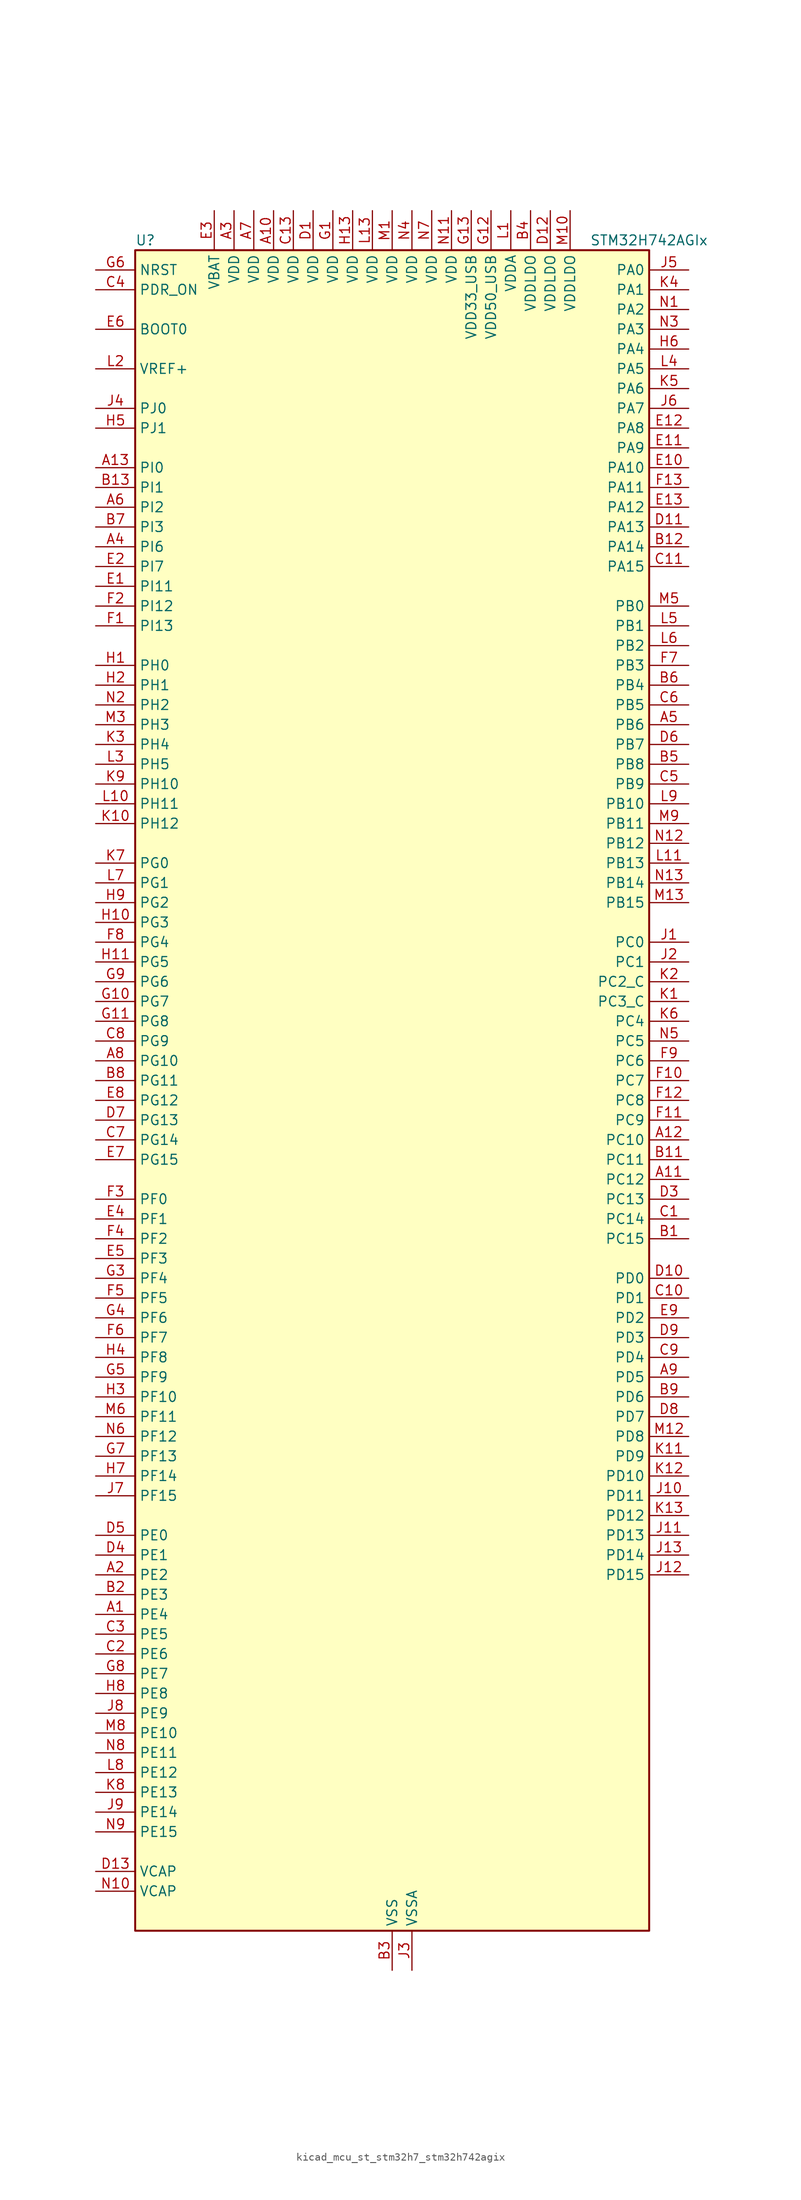
<source format=kicad_sym>
(kicad_symbol_lib
  (version 20220914)
  (generator kicad_symbol_editor)
  (symbol "kicad_mcu_st_stm32h7_stm32h742agix"
    (property "Reference" "U"
      (at -33.02 110.49 0)
      (effects (font (size 1.27 1.27)) (justify left)))
    (property "Value" "STM32H742AGIx"
      (at 25.4 110.49 0)
      (effects (font (size 1.27 1.27)) (justify left)))
    (property "ki_locked" ""
      (at 0 0 0)
      (effects (font (size 1.27 1.27))))
    (symbol "kicad_mcu_st_stm32h7_stm32h742agix_0_1"
      (rectangle (start -33.02 -106.68) (end 33.02 109.22) (stroke (width 0.254) (type default)) (fill (type background))))
    (symbol "kicad_mcu_st_stm32h7_stm32h742agix_1_1"
      (pin bidirectional line (at -38.1 -66.04 0) (length 5.08) (name "PE4" (effects (font (size 1.27 1.27)))) (number "A1" (effects (font (size 1.27 1.27)))) (alternate "DCMI_D4" bidirectional line) (alternate "DEBUG_TRACED1" bidirectional line) (alternate "DFSDM1_DATIN3" bidirectional line) (alternate "FMC_A20" bidirectional line) (alternate "SAI1_D2" bidirectional line) (alternate "SAI1_FS_A" bidirectional line) (alternate "SAI4_D2" bidirectional line) (alternate "SAI4_FS_A" bidirectional line) (alternate "SPI4_NSS" bidirectional line) (alternate "TIM15_CH1N" bidirectional line))
      (pin power_in line (at -15.24 114.3 270) (length 5.08) (name "VDD" (effects (font (size 1.27 1.27)))) (number "A10" (effects (font (size 1.27 1.27)))))
      (pin bidirectional line (at 38.1 -10.16 180) (length 5.08) (name "PC12" (effects (font (size 1.27 1.27)))) (number "A11" (effects (font (size 1.27 1.27)))) (alternate "DCMI_D9" bidirectional line) (alternate "DEBUG_TRACED3" bidirectional line) (alternate "HRTIM_EEV2" bidirectional line) (alternate "I2S3_SDO" bidirectional line) (alternate "SDMMC1_CK" bidirectional line) (alternate "SPI3_MOSI" bidirectional line) (alternate "UART5_TX" bidirectional line) (alternate "USART3_CK" bidirectional line))
      (pin bidirectional line (at 38.1 -5.08 180) (length 5.08) (name "PC10" (effects (font (size 1.27 1.27)))) (number "A12" (effects (font (size 1.27 1.27)))) (alternate "DCMI_D8" bidirectional line) (alternate "DFSDM1_CKIN5" bidirectional line) (alternate "HRTIM_EEV1" bidirectional line) (alternate "I2S3_CK" bidirectional line) (alternate "QUADSPI_BK1_IO1" bidirectional line) (alternate "SDMMC1_D2" bidirectional line) (alternate "SPI3_SCK" bidirectional line) (alternate "UART4_TX" bidirectional line) (alternate "USART3_TX" bidirectional line))
      (pin bidirectional line (at -38.1 81.28 0) (length 5.08) (name "PI0" (effects (font (size 1.27 1.27)))) (number "A13" (effects (font (size 1.27 1.27)))) (alternate "DCMI_D13" bidirectional line) (alternate "FMC_D24" bidirectional line) (alternate "I2S2_WS" bidirectional line) (alternate "SPI2_NSS" bidirectional line) (alternate "TIM5_CH4" bidirectional line))
      (pin bidirectional line (at -38.1 -60.96 0) (length 5.08) (name "PE2" (effects (font (size 1.27 1.27)))) (number "A2" (effects (font (size 1.27 1.27)))) (alternate "DEBUG_TRACECLK" bidirectional line) (alternate "ETH_TXD3" bidirectional line) (alternate "FMC_A23" bidirectional line) (alternate "QUADSPI_BK1_IO2" bidirectional line) (alternate "SAI1_CK1" bidirectional line) (alternate "SAI1_MCLK_A" bidirectional line) (alternate "SAI4_CK1" bidirectional line) (alternate "SAI4_MCLK_A" bidirectional line) (alternate "SPI4_SCK" bidirectional line))
      (pin power_in line (at -20.32 114.3 270) (length 5.08) (name "VDD" (effects (font (size 1.27 1.27)))) (number "A3" (effects (font (size 1.27 1.27)))))
      (pin bidirectional line (at -38.1 71.12 0) (length 5.08) (name "PI6" (effects (font (size 1.27 1.27)))) (number "A4" (effects (font (size 1.27 1.27)))) (alternate "DCMI_D6" bidirectional line) (alternate "FMC_D28" bidirectional line) (alternate "SAI2_SD_A" bidirectional line) (alternate "TIM8_CH2" bidirectional line))
      (pin bidirectional line (at 38.1 48.26 180) (length 5.08) (name "PB6" (effects (font (size 1.27 1.27)))) (number "A5" (effects (font (size 1.27 1.27)))) (alternate "CEC" bidirectional line) (alternate "DCMI_D5" bidirectional line) (alternate "DFSDM1_DATIN5" bidirectional line) (alternate "FDCAN2_TX" bidirectional line) (alternate "FMC_SDNE1" bidirectional line) (alternate "HRTIM_EEV8" bidirectional line) (alternate "I2C1_SCL" bidirectional line) (alternate "I2C4_SCL" bidirectional line) (alternate "LPUART1_TX" bidirectional line) (alternate "QUADSPI_BK1_NCS" bidirectional line) (alternate "TIM16_CH1N" bidirectional line) (alternate "TIM4_CH1" bidirectional line) (alternate "UART5_TX" bidirectional line) (alternate "USART1_TX" bidirectional line))
      (pin bidirectional line (at -38.1 76.2 0) (length 5.08) (name "PI2" (effects (font (size 1.27 1.27)))) (number "A6" (effects (font (size 1.27 1.27)))) (alternate "DCMI_D9" bidirectional line) (alternate "FMC_D26" bidirectional line) (alternate "I2S2_SDI" bidirectional line) (alternate "SPI2_MISO" bidirectional line) (alternate "TIM8_CH4" bidirectional line))
      (pin power_in line (at -17.78 114.3 270) (length 5.08) (name "VDD" (effects (font (size 1.27 1.27)))) (number "A7" (effects (font (size 1.27 1.27)))))
      (pin bidirectional line (at -38.1 5.08 0) (length 5.08) (name "PG10" (effects (font (size 1.27 1.27)))) (number "A8" (effects (font (size 1.27 1.27)))) (alternate "DCMI_D2" bidirectional line) (alternate "FMC_NE3" bidirectional line) (alternate "HRTIM_FLT5" bidirectional line) (alternate "I2S1_WS" bidirectional line) (alternate "SAI2_SD_B" bidirectional line) (alternate "SPI1_NSS" bidirectional line))
      (pin bidirectional line (at 38.1 -35.56 180) (length 5.08) (name "PD5" (effects (font (size 1.27 1.27)))) (number "A9" (effects (font (size 1.27 1.27)))) (alternate "FMC_NWE" bidirectional line) (alternate "HRTIM_EEV3" bidirectional line) (alternate "USART2_TX" bidirectional line))
      (pin bidirectional line (at 38.1 -17.78 180) (length 5.08) (name "PC15" (effects (font (size 1.27 1.27)))) (number "B1" (effects (font (size 1.27 1.27)))) (alternate "ADC1_EXTI15" bidirectional line) (alternate "ADC2_EXTI15" bidirectional line) (alternate "ADC3_EXTI15" bidirectional line) (alternate "RCC_OSC32_OUT" bidirectional line))
      (pin passive line (at 0 -111.76 90) (length 5.08) hide (name "VSS" (effects (font (size 1.27 1.27)))) (number "B10" (effects (font (size 1.27 1.27)))))
      (pin bidirectional line (at 38.1 -7.62 180) (length 5.08) (name "PC11" (effects (font (size 1.27 1.27)))) (number "B11" (effects (font (size 1.27 1.27)))) (alternate "ADC1_EXTI11" bidirectional line) (alternate "ADC2_EXTI11" bidirectional line) (alternate "ADC3_EXTI11" bidirectional line) (alternate "DCMI_D4" bidirectional line) (alternate "DFSDM1_DATIN5" bidirectional line) (alternate "HRTIM_FLT2" bidirectional line) (alternate "I2S3_SDI" bidirectional line) (alternate "QUADSPI_BK2_NCS" bidirectional line) (alternate "SDMMC1_D3" bidirectional line) (alternate "SPI3_MISO" bidirectional line) (alternate "UART4_RX" bidirectional line) (alternate "USART3_RX" bidirectional line))
      (pin bidirectional line (at 38.1 71.12 180) (length 5.08) (name "PA14" (effects (font (size 1.27 1.27)))) (number "B12" (effects (font (size 1.27 1.27)))) (alternate "DEBUG_JTCK-SWCLK" bidirectional line))
      (pin bidirectional line (at -38.1 78.74 0) (length 5.08) (name "PI1" (effects (font (size 1.27 1.27)))) (number "B13" (effects (font (size 1.27 1.27)))) (alternate "DCMI_D8" bidirectional line) (alternate "FMC_D25" bidirectional line) (alternate "I2S2_CK" bidirectional line) (alternate "SPI2_SCK" bidirectional line) (alternate "TIM8_BKIN2" bidirectional line) (alternate "TIM8_BKIN2_COMP1" bidirectional line) (alternate "TIM8_BKIN2_COMP2" bidirectional line))
      (pin bidirectional line (at -38.1 -63.5 0) (length 5.08) (name "PE3" (effects (font (size 1.27 1.27)))) (number "B2" (effects (font (size 1.27 1.27)))) (alternate "DEBUG_TRACED0" bidirectional line) (alternate "FMC_A19" bidirectional line) (alternate "SAI1_SD_B" bidirectional line) (alternate "SAI4_SD_B" bidirectional line) (alternate "TIM15_BKIN" bidirectional line))
      (pin power_in line (at 0 -111.76 90) (length 5.08) (name "VSS" (effects (font (size 1.27 1.27)))) (number "B3" (effects (font (size 1.27 1.27)))))
      (pin power_in line (at 17.78 114.3 270) (length 5.08) (name "VDDLDO" (effects (font (size 1.27 1.27)))) (number "B4" (effects (font (size 1.27 1.27)))))
      (pin bidirectional line (at 38.1 43.18 180) (length 5.08) (name "PB8" (effects (font (size 1.27 1.27)))) (number "B5" (effects (font (size 1.27 1.27)))) (alternate "DCMI_D6" bidirectional line) (alternate "DFSDM1_CKIN7" bidirectional line) (alternate "ETH_TXD3" bidirectional line) (alternate "FDCAN1_RX" bidirectional line) (alternate "I2C1_SCL" bidirectional line) (alternate "I2C4_SCL" bidirectional line) (alternate "SDMMC1_CKIN" bidirectional line) (alternate "SDMMC1_D4" bidirectional line) (alternate "SDMMC2_D4" bidirectional line) (alternate "TIM16_CH1" bidirectional line) (alternate "TIM4_CH3" bidirectional line) (alternate "UART4_RX" bidirectional line))
      (pin bidirectional line (at 38.1 53.34 180) (length 5.08) (name "PB4" (effects (font (size 1.27 1.27)))) (number "B6" (effects (font (size 1.27 1.27)))) (alternate "DEBUG_JTRST" bidirectional line) (alternate "HRTIM_EEV6" bidirectional line) (alternate "I2S1_SDI" bidirectional line) (alternate "I2S2_WS" bidirectional line) (alternate "I2S3_SDI" bidirectional line) (alternate "SDMMC2_D3" bidirectional line) (alternate "SPI1_MISO" bidirectional line) (alternate "SPI2_NSS" bidirectional line) (alternate "SPI3_MISO" bidirectional line) (alternate "SPI6_MISO" bidirectional line) (alternate "TIM16_BKIN" bidirectional line) (alternate "TIM3_CH1" bidirectional line) (alternate "UART7_TX" bidirectional line))
      (pin bidirectional line (at -38.1 73.66 0) (length 5.08) (name "PI3" (effects (font (size 1.27 1.27)))) (number "B7" (effects (font (size 1.27 1.27)))) (alternate "DCMI_D10" bidirectional line) (alternate "FMC_D27" bidirectional line) (alternate "I2S2_SDO" bidirectional line) (alternate "SPI2_MOSI" bidirectional line) (alternate "TIM8_ETR" bidirectional line))
      (pin bidirectional line (at -38.1 2.54 0) (length 5.08) (name "PG11" (effects (font (size 1.27 1.27)))) (number "B8" (effects (font (size 1.27 1.27)))) (alternate "ADC1_EXTI11" bidirectional line) (alternate "ADC2_EXTI11" bidirectional line) (alternate "ADC3_EXTI11" bidirectional line) (alternate "DCMI_D3" bidirectional line) (alternate "ETH_TX_EN" bidirectional line) (alternate "HRTIM_EEV4" bidirectional line) (alternate "I2S1_CK" bidirectional line) (alternate "LPTIM1_IN2" bidirectional line) (alternate "SDMMC2_D2" bidirectional line) (alternate "SPDIFRX1_IN0" bidirectional line) (alternate "SPI1_SCK" bidirectional line))
      (pin bidirectional line (at 38.1 -38.1 180) (length 5.08) (name "PD6" (effects (font (size 1.27 1.27)))) (number "B9" (effects (font (size 1.27 1.27)))) (alternate "DCMI_D10" bidirectional line) (alternate "DFSDM1_CKIN4" bidirectional line) (alternate "DFSDM1_DATIN1" bidirectional line) (alternate "FMC_NWAIT" bidirectional line) (alternate "I2S3_SDO" bidirectional line) (alternate "SAI1_D1" bidirectional line) (alternate "SAI1_SD_A" bidirectional line) (alternate "SAI4_D1" bidirectional line) (alternate "SAI4_SD_A" bidirectional line) (alternate "SDMMC2_CK" bidirectional line) (alternate "SPI3_MOSI" bidirectional line) (alternate "USART2_RX" bidirectional line))
      (pin bidirectional line (at 38.1 -15.24 180) (length 5.08) (name "PC14" (effects (font (size 1.27 1.27)))) (number "C1" (effects (font (size 1.27 1.27)))) (alternate "RCC_OSC32_IN" bidirectional line))
      (pin bidirectional line (at 38.1 -25.4 180) (length 5.08) (name "PD1" (effects (font (size 1.27 1.27)))) (number "C10" (effects (font (size 1.27 1.27)))) (alternate "DFSDM1_DATIN6" bidirectional line) (alternate "FDCAN1_TX" bidirectional line) (alternate "FMC_D3" bidirectional line) (alternate "FMC_DA3" bidirectional line) (alternate "SAI3_SD_A" bidirectional line) (alternate "UART4_TX" bidirectional line))
      (pin bidirectional line (at 38.1 68.58 180) (length 5.08) (name "PA15" (effects (font (size 1.27 1.27)))) (number "C11" (effects (font (size 1.27 1.27)))) (alternate "ADC1_EXTI15" bidirectional line) (alternate "ADC2_EXTI15" bidirectional line) (alternate "ADC3_EXTI15" bidirectional line) (alternate "CEC" bidirectional line) (alternate "DEBUG_JTDI" bidirectional line) (alternate "HRTIM_FLT1" bidirectional line) (alternate "I2S1_WS" bidirectional line) (alternate "I2S3_WS" bidirectional line) (alternate "SPI1_NSS" bidirectional line) (alternate "SPI3_NSS" bidirectional line) (alternate "SPI6_NSS" bidirectional line) (alternate "TIM2_CH1" bidirectional line) (alternate "TIM2_ETR" bidirectional line) (alternate "UART4_DE" bidirectional line) (alternate "UART4_RTS" bidirectional line) (alternate "UART7_TX" bidirectional line))
      (pin passive line (at 0 -111.76 90) (length 5.08) hide (name "VSS" (effects (font (size 1.27 1.27)))) (number "C12" (effects (font (size 1.27 1.27)))))
      (pin power_in line (at -12.7 114.3 270) (length 5.08) (name "VDD" (effects (font (size 1.27 1.27)))) (number "C13" (effects (font (size 1.27 1.27)))))
      (pin bidirectional line (at -38.1 -71.12 0) (length 5.08) (name "PE6" (effects (font (size 1.27 1.27)))) (number "C2" (effects (font (size 1.27 1.27)))) (alternate "DCMI_D7" bidirectional line) (alternate "DEBUG_TRACED3" bidirectional line) (alternate "FMC_A22" bidirectional line) (alternate "SAI1_D1" bidirectional line) (alternate "SAI1_SD_A" bidirectional line) (alternate "SAI2_MCLK_B" bidirectional line) (alternate "SAI4_D1" bidirectional line) (alternate "SAI4_SD_A" bidirectional line) (alternate "SPI4_MOSI" bidirectional line) (alternate "TIM15_CH2" bidirectional line) (alternate "TIM1_BKIN2" bidirectional line) (alternate "TIM1_BKIN2_COMP1" bidirectional line) (alternate "TIM1_BKIN2_COMP2" bidirectional line))
      (pin bidirectional line (at -38.1 -68.58 0) (length 5.08) (name "PE5" (effects (font (size 1.27 1.27)))) (number "C3" (effects (font (size 1.27 1.27)))) (alternate "DCMI_D6" bidirectional line) (alternate "DEBUG_TRACED2" bidirectional line) (alternate "DFSDM1_CKIN3" bidirectional line) (alternate "FMC_A21" bidirectional line) (alternate "SAI1_CK2" bidirectional line) (alternate "SAI1_SCK_A" bidirectional line) (alternate "SAI4_CK2" bidirectional line) (alternate "SAI4_SCK_A" bidirectional line) (alternate "SPI4_MISO" bidirectional line) (alternate "TIM15_CH1" bidirectional line))
      (pin input line (at -38.1 104.14 0) (length 5.08) (name "PDR_ON" (effects (font (size 1.27 1.27)))) (number "C4" (effects (font (size 1.27 1.27)))))
      (pin bidirectional line (at 38.1 40.64 180) (length 5.08) (name "PB9" (effects (font (size 1.27 1.27)))) (number "C5" (effects (font (size 1.27 1.27)))) (alternate "DAC1_EXTI9" bidirectional line) (alternate "DCMI_D7" bidirectional line) (alternate "DFSDM1_DATIN7" bidirectional line) (alternate "FDCAN1_TX" bidirectional line) (alternate "I2C1_SDA" bidirectional line) (alternate "I2C4_SDA" bidirectional line) (alternate "I2C4_SMBA" bidirectional line) (alternate "I2S2_WS" bidirectional line) (alternate "SDMMC1_CDIR" bidirectional line) (alternate "SDMMC1_D5" bidirectional line) (alternate "SDMMC2_D5" bidirectional line) (alternate "SPI2_NSS" bidirectional line) (alternate "TIM17_CH1" bidirectional line) (alternate "TIM4_CH4" bidirectional line) (alternate "UART4_TX" bidirectional line))
      (pin bidirectional line (at 38.1 50.8 180) (length 5.08) (name "PB5" (effects (font (size 1.27 1.27)))) (number "C6" (effects (font (size 1.27 1.27)))) (alternate "DCMI_D10" bidirectional line) (alternate "ETH_PPS_OUT" bidirectional line) (alternate "FDCAN2_RX" bidirectional line) (alternate "FMC_SDCKE1" bidirectional line) (alternate "HRTIM_EEV7" bidirectional line) (alternate "I2C1_SMBA" bidirectional line) (alternate "I2C4_SMBA" bidirectional line) (alternate "I2S1_SDO" bidirectional line) (alternate "I2S3_SDO" bidirectional line) (alternate "SPI1_MOSI" bidirectional line) (alternate "SPI3_MOSI" bidirectional line) (alternate "SPI6_MOSI" bidirectional line) (alternate "TIM17_BKIN" bidirectional line) (alternate "TIM3_CH2" bidirectional line) (alternate "UART5_RX" bidirectional line) (alternate "USB_OTG_HS_ULPI_D7" bidirectional line))
      (pin bidirectional line (at -38.1 -5.08 0) (length 5.08) (name "PG14" (effects (font (size 1.27 1.27)))) (number "C7" (effects (font (size 1.27 1.27)))) (alternate "DEBUG_TRACED1" bidirectional line) (alternate "ETH_TXD1" bidirectional line) (alternate "FMC_A25" bidirectional line) (alternate "LPTIM1_ETR" bidirectional line) (alternate "QUADSPI_BK2_IO3" bidirectional line) (alternate "SPI6_MOSI" bidirectional line) (alternate "USART6_TX" bidirectional line))
      (pin bidirectional line (at -38.1 7.62 0) (length 5.08) (name "PG9" (effects (font (size 1.27 1.27)))) (number "C8" (effects (font (size 1.27 1.27)))) (alternate "DAC1_EXTI9" bidirectional line) (alternate "DCMI_VSYNC" bidirectional line) (alternate "FMC_NCE" bidirectional line) (alternate "FMC_NE2" bidirectional line) (alternate "I2S1_SDI" bidirectional line) (alternate "QUADSPI_BK2_IO2" bidirectional line) (alternate "SAI2_FS_B" bidirectional line) (alternate "SPDIFRX1_IN3" bidirectional line) (alternate "SPI1_MISO" bidirectional line) (alternate "USART6_RX" bidirectional line))
      (pin bidirectional line (at 38.1 -33.02 180) (length 5.08) (name "PD4" (effects (font (size 1.27 1.27)))) (number "C9" (effects (font (size 1.27 1.27)))) (alternate "FMC_NOE" bidirectional line) (alternate "HRTIM_FLT3" bidirectional line) (alternate "SAI3_FS_A" bidirectional line) (alternate "USART2_DE" bidirectional line) (alternate "USART2_RTS" bidirectional line))
      (pin power_in line (at -10.16 114.3 270) (length 5.08) (name "VDD" (effects (font (size 1.27 1.27)))) (number "D1" (effects (font (size 1.27 1.27)))))
      (pin bidirectional line (at 38.1 -22.86 180) (length 5.08) (name "PD0" (effects (font (size 1.27 1.27)))) (number "D10" (effects (font (size 1.27 1.27)))) (alternate "DFSDM1_CKIN6" bidirectional line) (alternate "FDCAN1_RX" bidirectional line) (alternate "FMC_D2" bidirectional line) (alternate "FMC_DA2" bidirectional line) (alternate "SAI3_SCK_A" bidirectional line) (alternate "UART4_RX" bidirectional line))
      (pin bidirectional line (at 38.1 73.66 180) (length 5.08) (name "PA13" (effects (font (size 1.27 1.27)))) (number "D11" (effects (font (size 1.27 1.27)))) (alternate "DEBUG_JTMS-SWDIO" bidirectional line))
      (pin power_in line (at 20.32 114.3 270) (length 5.08) (name "VDDLDO" (effects (font (size 1.27 1.27)))) (number "D12" (effects (font (size 1.27 1.27)))))
      (pin power_out line (at -38.1 -99.06 0) (length 5.08) (name "VCAP" (effects (font (size 1.27 1.27)))) (number "D13" (effects (font (size 1.27 1.27)))))
      (pin passive line (at 0 -111.76 90) (length 5.08) hide (name "VSS" (effects (font (size 1.27 1.27)))) (number "D2" (effects (font (size 1.27 1.27)))))
      (pin bidirectional line (at 38.1 -12.7 180) (length 5.08) (name "PC13" (effects (font (size 1.27 1.27)))) (number "D3" (effects (font (size 1.27 1.27)))) (alternate "PWR_WKUP2" bidirectional line) (alternate "RTC_OUT_ALARM" bidirectional line) (alternate "RTC_OUT_CALIB" bidirectional line) (alternate "RTC_TAMP1" bidirectional line) (alternate "RTC_TS" bidirectional line))
      (pin bidirectional line (at -38.1 -58.42 0) (length 5.08) (name "PE1" (effects (font (size 1.27 1.27)))) (number "D4" (effects (font (size 1.27 1.27)))) (alternate "DCMI_D3" bidirectional line) (alternate "FMC_NBL1" bidirectional line) (alternate "HRTIM_SCOUT" bidirectional line) (alternate "LPTIM1_IN2" bidirectional line) (alternate "UART8_TX" bidirectional line))
      (pin bidirectional line (at -38.1 -55.88 0) (length 5.08) (name "PE0" (effects (font (size 1.27 1.27)))) (number "D5" (effects (font (size 1.27 1.27)))) (alternate "DCMI_D2" bidirectional line) (alternate "FMC_NBL0" bidirectional line) (alternate "HRTIM_SCIN" bidirectional line) (alternate "LPTIM1_ETR" bidirectional line) (alternate "LPTIM2_ETR" bidirectional line) (alternate "SAI2_MCLK_A" bidirectional line) (alternate "TIM4_ETR" bidirectional line) (alternate "UART8_RX" bidirectional line))
      (pin bidirectional line (at 38.1 45.72 180) (length 5.08) (name "PB7" (effects (font (size 1.27 1.27)))) (number "D6" (effects (font (size 1.27 1.27)))) (alternate "DCMI_VSYNC" bidirectional line) (alternate "DFSDM1_CKIN5" bidirectional line) (alternate "FMC_NL" bidirectional line) (alternate "HRTIM_EEV9" bidirectional line) (alternate "I2C1_SDA" bidirectional line) (alternate "I2C4_SDA" bidirectional line) (alternate "LPUART1_RX" bidirectional line) (alternate "PWR_PVD_IN" bidirectional line) (alternate "TIM17_CH1N" bidirectional line) (alternate "TIM4_CH2" bidirectional line) (alternate "USART1_RX" bidirectional line))
      (pin bidirectional line (at -38.1 -2.54 0) (length 5.08) (name "PG13" (effects (font (size 1.27 1.27)))) (number "D7" (effects (font (size 1.27 1.27)))) (alternate "DEBUG_TRACED0" bidirectional line) (alternate "ETH_TXD0" bidirectional line) (alternate "FMC_A24" bidirectional line) (alternate "HRTIM_EEV10" bidirectional line) (alternate "LPTIM1_OUT" bidirectional line) (alternate "SPI6_SCK" bidirectional line) (alternate "USART6_CTS" bidirectional line) (alternate "USART6_NSS" bidirectional line))
      (pin bidirectional line (at 38.1 -40.64 180) (length 5.08) (name "PD7" (effects (font (size 1.27 1.27)))) (number "D8" (effects (font (size 1.27 1.27)))) (alternate "DFSDM1_CKIN1" bidirectional line) (alternate "DFSDM1_DATIN4" bidirectional line) (alternate "FMC_NE1" bidirectional line) (alternate "I2S1_SDO" bidirectional line) (alternate "SDMMC2_CMD" bidirectional line) (alternate "SPDIFRX1_IN0" bidirectional line) (alternate "SPI1_MOSI" bidirectional line) (alternate "USART2_CK" bidirectional line))
      (pin bidirectional line (at 38.1 -30.48 180) (length 5.08) (name "PD3" (effects (font (size 1.27 1.27)))) (number "D9" (effects (font (size 1.27 1.27)))) (alternate "DCMI_D5" bidirectional line) (alternate "DFSDM1_CKOUT" bidirectional line) (alternate "FMC_CLK" bidirectional line) (alternate "I2S2_CK" bidirectional line) (alternate "SPI2_SCK" bidirectional line) (alternate "USART2_CTS" bidirectional line) (alternate "USART2_NSS" bidirectional line))
      (pin bidirectional line (at -38.1 66.04 0) (length 5.08) (name "PI11" (effects (font (size 1.27 1.27)))) (number "E1" (effects (font (size 1.27 1.27)))) (alternate "ADC1_EXTI11" bidirectional line) (alternate "ADC2_EXTI11" bidirectional line) (alternate "ADC3_EXTI11" bidirectional line) (alternate "PWR_WKUP4" bidirectional line) (alternate "USB_OTG_HS_ULPI_DIR" bidirectional line))
      (pin bidirectional line (at 38.1 81.28 180) (length 5.08) (name "PA10" (effects (font (size 1.27 1.27)))) (number "E10" (effects (font (size 1.27 1.27)))) (alternate "DCMI_D1" bidirectional line) (alternate "HRTIM_CHC2" bidirectional line) (alternate "LPUART1_RX" bidirectional line) (alternate "MDIOS_MDIO" bidirectional line) (alternate "TIM1_CH3" bidirectional line) (alternate "USART1_RX" bidirectional line) (alternate "USB_OTG_FS_ID" bidirectional line))
      (pin bidirectional line (at 38.1 83.82 180) (length 5.08) (name "PA9" (effects (font (size 1.27 1.27)))) (number "E11" (effects (font (size 1.27 1.27)))) (alternate "DAC1_EXTI9" bidirectional line) (alternate "DCMI_D0" bidirectional line) (alternate "HRTIM_CHC1" bidirectional line) (alternate "I2C3_SMBA" bidirectional line) (alternate "I2S2_CK" bidirectional line) (alternate "LPUART1_TX" bidirectional line) (alternate "SPI2_SCK" bidirectional line) (alternate "TIM1_CH2" bidirectional line) (alternate "USART1_TX" bidirectional line) (alternate "USB_OTG_FS_VBUS" bidirectional line))
      (pin bidirectional line (at 38.1 86.36 180) (length 5.08) (name "PA8" (effects (font (size 1.27 1.27)))) (number "E12" (effects (font (size 1.27 1.27)))) (alternate "HRTIM_CHB2" bidirectional line) (alternate "I2C3_SCL" bidirectional line) (alternate "RCC_MCO_1" bidirectional line) (alternate "TIM1_CH1" bidirectional line) (alternate "TIM8_BKIN2" bidirectional line) (alternate "TIM8_BKIN2_COMP1" bidirectional line) (alternate "TIM8_BKIN2_COMP2" bidirectional line) (alternate "UART7_RX" bidirectional line) (alternate "USART1_CK" bidirectional line) (alternate "USB_OTG_FS_SOF" bidirectional line))
      (pin bidirectional line (at 38.1 76.2 180) (length 5.08) (name "PA12" (effects (font (size 1.27 1.27)))) (number "E13" (effects (font (size 1.27 1.27)))) (alternate "FDCAN1_TX" bidirectional line) (alternate "HRTIM_CHD2" bidirectional line) (alternate "I2S2_CK" bidirectional line) (alternate "LPUART1_DE" bidirectional line) (alternate "LPUART1_RTS" bidirectional line) (alternate "SAI2_FS_B" bidirectional line) (alternate "SPI2_SCK" bidirectional line) (alternate "TIM1_ETR" bidirectional line) (alternate "UART4_TX" bidirectional line) (alternate "USART1_DE" bidirectional line) (alternate "USART1_RTS" bidirectional line) (alternate "USB_OTG_FS_DP" bidirectional line))
      (pin bidirectional line (at -38.1 68.58 0) (length 5.08) (name "PI7" (effects (font (size 1.27 1.27)))) (number "E2" (effects (font (size 1.27 1.27)))) (alternate "DCMI_D7" bidirectional line) (alternate "FMC_D29" bidirectional line) (alternate "SAI2_FS_A" bidirectional line) (alternate "TIM8_CH3" bidirectional line))
      (pin power_in line (at -22.86 114.3 270) (length 5.08) (name "VBAT" (effects (font (size 1.27 1.27)))) (number "E3" (effects (font (size 1.27 1.27)))))
      (pin bidirectional line (at -38.1 -15.24 0) (length 5.08) (name "PF1" (effects (font (size 1.27 1.27)))) (number "E4" (effects (font (size 1.27 1.27)))) (alternate "FMC_A1" bidirectional line) (alternate "I2C2_SCL" bidirectional line))
      (pin bidirectional line (at -38.1 -20.32 0) (length 5.08) (name "PF3" (effects (font (size 1.27 1.27)))) (number "E5" (effects (font (size 1.27 1.27)))) (alternate "ADC3_INP5" bidirectional line) (alternate "FMC_A3" bidirectional line))
      (pin input line (at -38.1 99.06 0) (length 5.08) (name "BOOT0" (effects (font (size 1.27 1.27)))) (number "E6" (effects (font (size 1.27 1.27)))))
      (pin bidirectional line (at -38.1 -7.62 0) (length 5.08) (name "PG15" (effects (font (size 1.27 1.27)))) (number "E7" (effects (font (size 1.27 1.27)))) (alternate "ADC1_EXTI15" bidirectional line) (alternate "ADC2_EXTI15" bidirectional line) (alternate "ADC3_EXTI15" bidirectional line) (alternate "DCMI_D13" bidirectional line) (alternate "FMC_SDNCAS" bidirectional line) (alternate "USART6_CTS" bidirectional line) (alternate "USART6_NSS" bidirectional line))
      (pin bidirectional line (at -38.1 0 0) (length 5.08) (name "PG12" (effects (font (size 1.27 1.27)))) (number "E8" (effects (font (size 1.27 1.27)))) (alternate "ETH_TXD1" bidirectional line) (alternate "FMC_NE4" bidirectional line) (alternate "HRTIM_EEV5" bidirectional line) (alternate "LPTIM1_IN1" bidirectional line) (alternate "SPDIFRX1_IN1" bidirectional line) (alternate "SPI6_MISO" bidirectional line) (alternate "USART6_DE" bidirectional line) (alternate "USART6_RTS" bidirectional line))
      (pin bidirectional line (at 38.1 -27.94 180) (length 5.08) (name "PD2" (effects (font (size 1.27 1.27)))) (number "E9" (effects (font (size 1.27 1.27)))) (alternate "DCMI_D11" bidirectional line) (alternate "DEBUG_TRACED2" bidirectional line) (alternate "SDMMC1_CMD" bidirectional line) (alternate "TIM3_ETR" bidirectional line) (alternate "UART5_RX" bidirectional line))
      (pin bidirectional line (at -38.1 60.96 0) (length 5.08) (name "PI13" (effects (font (size 1.27 1.27)))) (number "F1" (effects (font (size 1.27 1.27)))))
      (pin bidirectional line (at 38.1 2.54 180) (length 5.08) (name "PC7" (effects (font (size 1.27 1.27)))) (number "F10" (effects (font (size 1.27 1.27)))) (alternate "DCMI_D1" bidirectional line) (alternate "DEBUG_TRGIO" bidirectional line) (alternate "DFSDM1_DATIN3" bidirectional line) (alternate "FMC_NE1" bidirectional line) (alternate "HRTIM_CHA2" bidirectional line) (alternate "I2S3_MCK" bidirectional line) (alternate "SDMMC1_D123DIR" bidirectional line) (alternate "SDMMC1_D7" bidirectional line) (alternate "SDMMC2_D7" bidirectional line) (alternate "SWPMI1_TX" bidirectional line) (alternate "TIM3_CH2" bidirectional line) (alternate "TIM8_CH2" bidirectional line) (alternate "USART6_RX" bidirectional line))
      (pin bidirectional line (at 38.1 -2.54 180) (length 5.08) (name "PC9" (effects (font (size 1.27 1.27)))) (number "F11" (effects (font (size 1.27 1.27)))) (alternate "DAC1_EXTI9" bidirectional line) (alternate "DCMI_D3" bidirectional line) (alternate "I2C3_SDA" bidirectional line) (alternate "I2S_CKIN" bidirectional line) (alternate "QUADSPI_BK1_IO0" bidirectional line) (alternate "RCC_MCO_2" bidirectional line) (alternate "SDMMC1_D1" bidirectional line) (alternate "SWPMI1_SUSPEND" bidirectional line) (alternate "TIM3_CH4" bidirectional line) (alternate "TIM8_CH4" bidirectional line) (alternate "UART5_CTS" bidirectional line))
      (pin bidirectional line (at 38.1 0 180) (length 5.08) (name "PC8" (effects (font (size 1.27 1.27)))) (number "F12" (effects (font (size 1.27 1.27)))) (alternate "DCMI_D2" bidirectional line) (alternate "DEBUG_TRACED1" bidirectional line) (alternate "FMC_NCE" bidirectional line) (alternate "FMC_NE2" bidirectional line) (alternate "HRTIM_CHB1" bidirectional line) (alternate "SDMMC1_D0" bidirectional line) (alternate "SWPMI1_RX" bidirectional line) (alternate "TIM3_CH3" bidirectional line) (alternate "TIM8_CH3" bidirectional line) (alternate "UART5_DE" bidirectional line) (alternate "UART5_RTS" bidirectional line) (alternate "USART6_CK" bidirectional line))
      (pin bidirectional line (at 38.1 78.74 180) (length 5.08) (name "PA11" (effects (font (size 1.27 1.27)))) (number "F13" (effects (font (size 1.27 1.27)))) (alternate "ADC1_EXTI11" bidirectional line) (alternate "ADC2_EXTI11" bidirectional line) (alternate "ADC3_EXTI11" bidirectional line) (alternate "FDCAN1_RX" bidirectional line) (alternate "HRTIM_CHD1" bidirectional line) (alternate "I2S2_WS" bidirectional line) (alternate "LPUART1_CTS" bidirectional line) (alternate "SPI2_NSS" bidirectional line) (alternate "TIM1_CH4" bidirectional line) (alternate "UART4_RX" bidirectional line) (alternate "USART1_CTS" bidirectional line) (alternate "USART1_NSS" bidirectional line) (alternate "USB_OTG_FS_DM" bidirectional line))
      (pin bidirectional line (at -38.1 63.5 0) (length 5.08) (name "PI12" (effects (font (size 1.27 1.27)))) (number "F2" (effects (font (size 1.27 1.27)))))
      (pin bidirectional line (at -38.1 -12.7 0) (length 5.08) (name "PF0" (effects (font (size 1.27 1.27)))) (number "F3" (effects (font (size 1.27 1.27)))) (alternate "FMC_A0" bidirectional line) (alternate "I2C2_SDA" bidirectional line))
      (pin bidirectional line (at -38.1 -17.78 0) (length 5.08) (name "PF2" (effects (font (size 1.27 1.27)))) (number "F4" (effects (font (size 1.27 1.27)))) (alternate "FMC_A2" bidirectional line) (alternate "I2C2_SMBA" bidirectional line))
      (pin bidirectional line (at -38.1 -25.4 0) (length 5.08) (name "PF5" (effects (font (size 1.27 1.27)))) (number "F5" (effects (font (size 1.27 1.27)))) (alternate "ADC3_INP4" bidirectional line) (alternate "FMC_A5" bidirectional line))
      (pin bidirectional line (at -38.1 -30.48 0) (length 5.08) (name "PF7" (effects (font (size 1.27 1.27)))) (number "F6" (effects (font (size 1.27 1.27)))) (alternate "ADC3_INP3" bidirectional line) (alternate "QUADSPI_BK1_IO2" bidirectional line) (alternate "SAI1_MCLK_B" bidirectional line) (alternate "SAI4_MCLK_B" bidirectional line) (alternate "SPI5_SCK" bidirectional line) (alternate "TIM17_CH1" bidirectional line) (alternate "UART7_TX" bidirectional line))
      (pin bidirectional line (at 38.1 55.88 180) (length 5.08) (name "PB3" (effects (font (size 1.27 1.27)))) (number "F7" (effects (font (size 1.27 1.27)))) (alternate "CRS_SYNC" bidirectional line) (alternate "DEBUG_JTDO-SWO" bidirectional line) (alternate "HRTIM_FLT4" bidirectional line) (alternate "I2S1_CK" bidirectional line) (alternate "I2S3_CK" bidirectional line) (alternate "SDMMC2_D2" bidirectional line) (alternate "SPI1_SCK" bidirectional line) (alternate "SPI3_SCK" bidirectional line) (alternate "SPI6_SCK" bidirectional line) (alternate "TIM2_CH2" bidirectional line) (alternate "UART7_RX" bidirectional line))
      (pin bidirectional line (at -38.1 20.32 0) (length 5.08) (name "PG4" (effects (font (size 1.27 1.27)))) (number "F8" (effects (font (size 1.27 1.27)))) (alternate "FMC_A14" bidirectional line) (alternate "FMC_BA0" bidirectional line) (alternate "TIM1_BKIN2" bidirectional line) (alternate "TIM1_BKIN2_COMP1" bidirectional line) (alternate "TIM1_BKIN2_COMP2" bidirectional line))
      (pin bidirectional line (at 38.1 5.08 180) (length 5.08) (name "PC6" (effects (font (size 1.27 1.27)))) (number "F9" (effects (font (size 1.27 1.27)))) (alternate "DCMI_D0" bidirectional line) (alternate "DFSDM1_CKIN3" bidirectional line) (alternate "FMC_NWAIT" bidirectional line) (alternate "HRTIM_CHA1" bidirectional line) (alternate "I2S2_MCK" bidirectional line) (alternate "SDMMC1_D0DIR" bidirectional line) (alternate "SDMMC1_D6" bidirectional line) (alternate "SDMMC2_D6" bidirectional line) (alternate "SWPMI1_IO" bidirectional line) (alternate "TIM3_CH1" bidirectional line) (alternate "TIM8_CH1" bidirectional line) (alternate "USART6_TX" bidirectional line))
      (pin power_in line (at -7.62 114.3 270) (length 5.08) (name "VDD" (effects (font (size 1.27 1.27)))) (number "G1" (effects (font (size 1.27 1.27)))))
      (pin bidirectional line (at -38.1 12.7 0) (length 5.08) (name "PG7" (effects (font (size 1.27 1.27)))) (number "G10" (effects (font (size 1.27 1.27)))) (alternate "DCMI_D13" bidirectional line) (alternate "FMC_INT" bidirectional line) (alternate "HRTIM_CHE2" bidirectional line) (alternate "SAI1_MCLK_A" bidirectional line) (alternate "USART6_CK" bidirectional line))
      (pin bidirectional line (at -38.1 10.16 0) (length 5.08) (name "PG8" (effects (font (size 1.27 1.27)))) (number "G11" (effects (font (size 1.27 1.27)))) (alternate "ETH_PPS_OUT" bidirectional line) (alternate "FMC_SDCLK" bidirectional line) (alternate "SPDIFRX1_IN2" bidirectional line) (alternate "SPI6_NSS" bidirectional line) (alternate "TIM8_ETR" bidirectional line) (alternate "USART6_DE" bidirectional line) (alternate "USART6_RTS" bidirectional line))
      (pin power_in line (at 12.7 114.3 270) (length 5.08) (name "VDD50_USB" (effects (font (size 1.27 1.27)))) (number "G12" (effects (font (size 1.27 1.27)))))
      (pin power_in line (at 10.16 114.3 270) (length 5.08) (name "VDD33_USB" (effects (font (size 1.27 1.27)))) (number "G13" (effects (font (size 1.27 1.27)))))
      (pin passive line (at 0 -111.76 90) (length 5.08) hide (name "VSS" (effects (font (size 1.27 1.27)))) (number "G2" (effects (font (size 1.27 1.27)))))
      (pin bidirectional line (at -38.1 -22.86 0) (length 5.08) (name "PF4" (effects (font (size 1.27 1.27)))) (number "G3" (effects (font (size 1.27 1.27)))) (alternate "ADC3_INN5" bidirectional line) (alternate "ADC3_INP9" bidirectional line) (alternate "FMC_A4" bidirectional line))
      (pin bidirectional line (at -38.1 -27.94 0) (length 5.08) (name "PF6" (effects (font (size 1.27 1.27)))) (number "G4" (effects (font (size 1.27 1.27)))) (alternate "ADC3_INN4" bidirectional line) (alternate "ADC3_INP8" bidirectional line) (alternate "QUADSPI_BK1_IO3" bidirectional line) (alternate "SAI1_SD_B" bidirectional line) (alternate "SAI4_SD_B" bidirectional line) (alternate "SPI5_NSS" bidirectional line) (alternate "TIM16_CH1" bidirectional line) (alternate "UART7_RX" bidirectional line))
      (pin bidirectional line (at -38.1 -35.56 0) (length 5.08) (name "PF9" (effects (font (size 1.27 1.27)))) (number "G5" (effects (font (size 1.27 1.27)))) (alternate "ADC3_INP2" bidirectional line) (alternate "DAC1_EXTI9" bidirectional line) (alternate "QUADSPI_BK1_IO1" bidirectional line) (alternate "SAI1_FS_B" bidirectional line) (alternate "SAI4_FS_B" bidirectional line) (alternate "SPI5_MOSI" bidirectional line) (alternate "TIM14_CH1" bidirectional line) (alternate "TIM17_CH1N" bidirectional line) (alternate "UART7_CTS" bidirectional line))
      (pin input line (at -38.1 106.68 0) (length 5.08) (name "NRST" (effects (font (size 1.27 1.27)))) (number "G6" (effects (font (size 1.27 1.27)))))
      (pin bidirectional line (at -38.1 -45.72 0) (length 5.08) (name "PF13" (effects (font (size 1.27 1.27)))) (number "G7" (effects (font (size 1.27 1.27)))) (alternate "ADC2_INP2" bidirectional line) (alternate "DFSDM1_DATIN6" bidirectional line) (alternate "FMC_A7" bidirectional line) (alternate "I2C4_SMBA" bidirectional line))
      (pin bidirectional line (at -38.1 -73.66 0) (length 5.08) (name "PE7" (effects (font (size 1.27 1.27)))) (number "G8" (effects (font (size 1.27 1.27)))) (alternate "COMP2_INM" bidirectional line) (alternate "DFSDM1_DATIN2" bidirectional line) (alternate "FMC_D4" bidirectional line) (alternate "FMC_DA4" bidirectional line) (alternate "OPAMP2_VOUT" bidirectional line) (alternate "QUADSPI_BK2_IO0" bidirectional line) (alternate "TIM1_ETR" bidirectional line) (alternate "UART7_RX" bidirectional line))
      (pin bidirectional line (at -38.1 15.24 0) (length 5.08) (name "PG6" (effects (font (size 1.27 1.27)))) (number "G9" (effects (font (size 1.27 1.27)))) (alternate "DCMI_D12" bidirectional line) (alternate "FMC_NE3" bidirectional line) (alternate "HRTIM_CHE1" bidirectional line) (alternate "QUADSPI_BK1_NCS" bidirectional line) (alternate "TIM17_BKIN" bidirectional line))
      (pin bidirectional line (at -38.1 55.88 0) (length 5.08) (name "PH0" (effects (font (size 1.27 1.27)))) (number "H1" (effects (font (size 1.27 1.27)))) (alternate "RCC_OSC_IN" bidirectional line))
      (pin bidirectional line (at -38.1 22.86 0) (length 5.08) (name "PG3" (effects (font (size 1.27 1.27)))) (number "H10" (effects (font (size 1.27 1.27)))) (alternate "FMC_A13" bidirectional line) (alternate "TIM8_BKIN2" bidirectional line) (alternate "TIM8_BKIN2_COMP1" bidirectional line) (alternate "TIM8_BKIN2_COMP2" bidirectional line))
      (pin bidirectional line (at -38.1 17.78 0) (length 5.08) (name "PG5" (effects (font (size 1.27 1.27)))) (number "H11" (effects (font (size 1.27 1.27)))) (alternate "FMC_A15" bidirectional line) (alternate "FMC_BA1" bidirectional line) (alternate "TIM1_ETR" bidirectional line))
      (pin passive line (at 0 -111.76 90) (length 5.08) hide (name "VSS" (effects (font (size 1.27 1.27)))) (number "H12" (effects (font (size 1.27 1.27)))))
      (pin power_in line (at -5.08 114.3 270) (length 5.08) (name "VDD" (effects (font (size 1.27 1.27)))) (number "H13" (effects (font (size 1.27 1.27)))))
      (pin bidirectional line (at -38.1 53.34 0) (length 5.08) (name "PH1" (effects (font (size 1.27 1.27)))) (number "H2" (effects (font (size 1.27 1.27)))) (alternate "RCC_OSC_OUT" bidirectional line))
      (pin bidirectional line (at -38.1 -38.1 0) (length 5.08) (name "PF10" (effects (font (size 1.27 1.27)))) (number "H3" (effects (font (size 1.27 1.27)))) (alternate "ADC3_INN2" bidirectional line) (alternate "ADC3_INP6" bidirectional line) (alternate "DCMI_D11" bidirectional line) (alternate "QUADSPI_CLK" bidirectional line) (alternate "SAI1_D3" bidirectional line) (alternate "SAI4_D3" bidirectional line) (alternate "TIM16_BKIN" bidirectional line))
      (pin bidirectional line (at -38.1 -33.02 0) (length 5.08) (name "PF8" (effects (font (size 1.27 1.27)))) (number "H4" (effects (font (size 1.27 1.27)))) (alternate "ADC3_INN3" bidirectional line) (alternate "ADC3_INP7" bidirectional line) (alternate "QUADSPI_BK1_IO0" bidirectional line) (alternate "SAI1_SCK_B" bidirectional line) (alternate "SAI4_SCK_B" bidirectional line) (alternate "SPI5_MISO" bidirectional line) (alternate "TIM13_CH1" bidirectional line) (alternate "TIM16_CH1N" bidirectional line) (alternate "UART7_DE" bidirectional line) (alternate "UART7_RTS" bidirectional line))
      (pin bidirectional line (at -38.1 86.36 0) (length 5.08) (name "PJ1" (effects (font (size 1.27 1.27)))) (number "H5" (effects (font (size 1.27 1.27)))))
      (pin bidirectional line (at 38.1 96.52 180) (length 5.08) (name "PA4" (effects (font (size 1.27 1.27)))) (number "H6" (effects (font (size 1.27 1.27)))) (alternate "ADC1_INP18" bidirectional line) (alternate "ADC2_INP18" bidirectional line) (alternate "DAC1_OUT1" bidirectional line) (alternate "DCMI_HSYNC" bidirectional line) (alternate "I2S1_WS" bidirectional line) (alternate "I2S3_WS" bidirectional line) (alternate "SPI1_NSS" bidirectional line) (alternate "SPI3_NSS" bidirectional line) (alternate "SPI6_NSS" bidirectional line) (alternate "TIM5_ETR" bidirectional line) (alternate "USART2_CK" bidirectional line) (alternate "USB_OTG_HS_SOF" bidirectional line))
      (pin bidirectional line (at -38.1 -48.26 0) (length 5.08) (name "PF14" (effects (font (size 1.27 1.27)))) (number "H7" (effects (font (size 1.27 1.27)))) (alternate "ADC2_INN2" bidirectional line) (alternate "ADC2_INP6" bidirectional line) (alternate "DFSDM1_CKIN6" bidirectional line) (alternate "FMC_A8" bidirectional line) (alternate "I2C4_SCL" bidirectional line))
      (pin bidirectional line (at -38.1 -76.2 0) (length 5.08) (name "PE8" (effects (font (size 1.27 1.27)))) (number "H8" (effects (font (size 1.27 1.27)))) (alternate "COMP2_OUT" bidirectional line) (alternate "DFSDM1_CKIN2" bidirectional line) (alternate "FMC_D5" bidirectional line) (alternate "FMC_DA5" bidirectional line) (alternate "OPAMP2_VINM" bidirectional line) (alternate "OPAMP2_VINM0" bidirectional line) (alternate "QUADSPI_BK2_IO1" bidirectional line) (alternate "TIM1_CH1N" bidirectional line) (alternate "UART7_TX" bidirectional line))
      (pin bidirectional line (at -38.1 25.4 0) (length 5.08) (name "PG2" (effects (font (size 1.27 1.27)))) (number "H9" (effects (font (size 1.27 1.27)))) (alternate "FMC_A12" bidirectional line) (alternate "TIM8_BKIN" bidirectional line) (alternate "TIM8_BKIN_COMP1" bidirectional line) (alternate "TIM8_BKIN_COMP2" bidirectional line))
      (pin bidirectional line (at 38.1 20.32 180) (length 5.08) (name "PC0" (effects (font (size 1.27 1.27)))) (number "J1" (effects (font (size 1.27 1.27)))) (alternate "ADC1_INP10" bidirectional line) (alternate "ADC2_INP10" bidirectional line) (alternate "ADC3_INP10" bidirectional line) (alternate "DFSDM1_CKIN0" bidirectional line) (alternate "DFSDM1_DATIN4" bidirectional line) (alternate "FMC_SDNWE" bidirectional line) (alternate "SAI2_FS_B" bidirectional line) (alternate "USB_OTG_HS_ULPI_STP" bidirectional line))
      (pin bidirectional line (at 38.1 -50.8 180) (length 5.08) (name "PD11" (effects (font (size 1.27 1.27)))) (number "J10" (effects (font (size 1.27 1.27)))) (alternate "ADC1_EXTI11" bidirectional line) (alternate "ADC2_EXTI11" bidirectional line) (alternate "ADC3_EXTI11" bidirectional line) (alternate "FMC_A16" bidirectional line) (alternate "FMC_CLE" bidirectional line) (alternate "I2C4_SMBA" bidirectional line) (alternate "LPTIM2_IN2" bidirectional line) (alternate "QUADSPI_BK1_IO0" bidirectional line) (alternate "SAI2_SD_A" bidirectional line) (alternate "USART3_CTS" bidirectional line) (alternate "USART3_NSS" bidirectional line))
      (pin bidirectional line (at 38.1 -55.88 180) (length 5.08) (name "PD13" (effects (font (size 1.27 1.27)))) (number "J11" (effects (font (size 1.27 1.27)))) (alternate "FMC_A18" bidirectional line) (alternate "I2C4_SDA" bidirectional line) (alternate "LPTIM1_OUT" bidirectional line) (alternate "QUADSPI_BK1_IO3" bidirectional line) (alternate "SAI2_SCK_A" bidirectional line) (alternate "TIM4_CH2" bidirectional line))
      (pin bidirectional line (at 38.1 -60.96 180) (length 5.08) (name "PD15" (effects (font (size 1.27 1.27)))) (number "J12" (effects (font (size 1.27 1.27)))) (alternate "ADC1_EXTI15" bidirectional line) (alternate "ADC2_EXTI15" bidirectional line) (alternate "ADC3_EXTI15" bidirectional line) (alternate "FMC_D1" bidirectional line) (alternate "FMC_DA1" bidirectional line) (alternate "SAI3_MCLK_A" bidirectional line) (alternate "TIM4_CH4" bidirectional line) (alternate "UART8_DE" bidirectional line) (alternate "UART8_RTS" bidirectional line))
      (pin bidirectional line (at 38.1 -58.42 180) (length 5.08) (name "PD14" (effects (font (size 1.27 1.27)))) (number "J13" (effects (font (size 1.27 1.27)))) (alternate "FMC_D0" bidirectional line) (alternate "FMC_DA0" bidirectional line) (alternate "SAI3_MCLK_B" bidirectional line) (alternate "TIM4_CH3" bidirectional line) (alternate "UART8_CTS" bidirectional line))
      (pin bidirectional line (at 38.1 17.78 180) (length 5.08) (name "PC1" (effects (font (size 1.27 1.27)))) (number "J2" (effects (font (size 1.27 1.27)))) (alternate "ADC1_INN10" bidirectional line) (alternate "ADC1_INP11" bidirectional line) (alternate "ADC2_INN10" bidirectional line) (alternate "ADC2_INP11" bidirectional line) (alternate "ADC3_INN10" bidirectional line) (alternate "ADC3_INP11" bidirectional line) (alternate "DEBUG_TRACED0" bidirectional line) (alternate "DFSDM1_CKIN4" bidirectional line) (alternate "DFSDM1_DATIN0" bidirectional line) (alternate "ETH_MDC" bidirectional line) (alternate "I2S2_SDO" bidirectional line) (alternate "MDIOS_MDC" bidirectional line) (alternate "PWR_WKUP5" bidirectional line) (alternate "RTC_TAMP3" bidirectional line) (alternate "SAI1_D1" bidirectional line) (alternate "SAI1_SD_A" bidirectional line) (alternate "SAI4_D1" bidirectional line) (alternate "SAI4_SD_A" bidirectional line) (alternate "SDMMC2_CK" bidirectional line) (alternate "SPI2_MOSI" bidirectional line))
      (pin power_in line (at 2.54 -111.76 90) (length 5.08) (name "VSSA" (effects (font (size 1.27 1.27)))) (number "J3" (effects (font (size 1.27 1.27)))))
      (pin bidirectional line (at -38.1 88.9 0) (length 5.08) (name "PJ0" (effects (font (size 1.27 1.27)))) (number "J4" (effects (font (size 1.27 1.27)))))
      (pin bidirectional line (at 38.1 106.68 180) (length 5.08) (name "PA0" (effects (font (size 1.27 1.27)))) (number "J5" (effects (font (size 1.27 1.27)))) (alternate "ADC1_INP16" bidirectional line) (alternate "ETH_CRS" bidirectional line) (alternate "PWR_WKUP0" bidirectional line) (alternate "SAI2_SD_B" bidirectional line) (alternate "SDMMC2_CMD" bidirectional line) (alternate "TIM15_BKIN" bidirectional line) (alternate "TIM2_CH1" bidirectional line) (alternate "TIM2_ETR" bidirectional line) (alternate "TIM5_CH1" bidirectional line) (alternate "TIM8_ETR" bidirectional line) (alternate "UART4_TX" bidirectional line) (alternate "USART2_CTS" bidirectional line) (alternate "USART2_NSS" bidirectional line))
      (pin bidirectional line (at 38.1 88.9 180) (length 5.08) (name "PA7" (effects (font (size 1.27 1.27)))) (number "J6" (effects (font (size 1.27 1.27)))) (alternate "ADC1_INN3" bidirectional line) (alternate "ADC1_INP7" bidirectional line) (alternate "ADC2_INN3" bidirectional line) (alternate "ADC2_INP7" bidirectional line) (alternate "ETH_CRS_DV" bidirectional line) (alternate "ETH_RX_DV" bidirectional line) (alternate "FMC_SDNWE" bidirectional line) (alternate "I2S1_SDO" bidirectional line) (alternate "OPAMP1_VINM" bidirectional line) (alternate "OPAMP1_VINM1" bidirectional line) (alternate "SPI1_MOSI" bidirectional line) (alternate "SPI6_MOSI" bidirectional line) (alternate "TIM14_CH1" bidirectional line) (alternate "TIM1_CH1N" bidirectional line) (alternate "TIM3_CH2" bidirectional line) (alternate "TIM8_CH1N" bidirectional line))
      (pin bidirectional line (at -38.1 -50.8 0) (length 5.08) (name "PF15" (effects (font (size 1.27 1.27)))) (number "J7" (effects (font (size 1.27 1.27)))) (alternate "ADC1_EXTI15" bidirectional line) (alternate "ADC2_EXTI15" bidirectional line) (alternate "ADC3_EXTI15" bidirectional line) (alternate "FMC_A9" bidirectional line) (alternate "I2C4_SDA" bidirectional line))
      (pin bidirectional line (at -38.1 -78.74 0) (length 5.08) (name "PE9" (effects (font (size 1.27 1.27)))) (number "J8" (effects (font (size 1.27 1.27)))) (alternate "COMP2_INP" bidirectional line) (alternate "DAC1_EXTI9" bidirectional line) (alternate "DFSDM1_CKOUT" bidirectional line) (alternate "FMC_D6" bidirectional line) (alternate "FMC_DA6" bidirectional line) (alternate "OPAMP2_VINP" bidirectional line) (alternate "QUADSPI_BK2_IO2" bidirectional line) (alternate "TIM1_CH1" bidirectional line) (alternate "UART7_DE" bidirectional line) (alternate "UART7_RTS" bidirectional line))
      (pin bidirectional line (at -38.1 -91.44 0) (length 5.08) (name "PE14" (effects (font (size 1.27 1.27)))) (number "J9" (effects (font (size 1.27 1.27)))) (alternate "FMC_D11" bidirectional line) (alternate "FMC_DA11" bidirectional line) (alternate "SAI2_MCLK_B" bidirectional line) (alternate "SPI4_MOSI" bidirectional line) (alternate "TIM1_CH4" bidirectional line))
      (pin bidirectional line (at 38.1 12.7 180) (length 5.08) (name "PC3_C" (effects (font (size 1.27 1.27)))) (number "K1" (effects (font (size 1.27 1.27)))) (alternate "ADC3_INP1" bidirectional line) (alternate "DFSDM1_DATIN1" bidirectional line) (alternate "ETH_TX_CLK" bidirectional line) (alternate "FMC_SDCKE0" bidirectional line) (alternate "I2S2_SDO" bidirectional line) (alternate "PWR_CSLEEP" bidirectional line) (alternate "SPI2_MOSI" bidirectional line) (alternate "USB_OTG_HS_ULPI_NXT" bidirectional line))
      (pin bidirectional line (at -38.1 35.56 0) (length 5.08) (name "PH12" (effects (font (size 1.27 1.27)))) (number "K10" (effects (font (size 1.27 1.27)))) (alternate "DCMI_D3" bidirectional line) (alternate "FMC_D20" bidirectional line) (alternate "I2C4_SDA" bidirectional line) (alternate "TIM5_CH3" bidirectional line))
      (pin bidirectional line (at 38.1 -45.72 180) (length 5.08) (name "PD9" (effects (font (size 1.27 1.27)))) (number "K11" (effects (font (size 1.27 1.27)))) (alternate "DAC1_EXTI9" bidirectional line) (alternate "DFSDM1_DATIN3" bidirectional line) (alternate "FMC_D14" bidirectional line) (alternate "FMC_DA14" bidirectional line) (alternate "SAI3_SD_B" bidirectional line) (alternate "USART3_RX" bidirectional line))
      (pin bidirectional line (at 38.1 -48.26 180) (length 5.08) (name "PD10" (effects (font (size 1.27 1.27)))) (number "K12" (effects (font (size 1.27 1.27)))) (alternate "DFSDM1_CKOUT" bidirectional line) (alternate "FMC_D15" bidirectional line) (alternate "FMC_DA15" bidirectional line) (alternate "SAI3_FS_B" bidirectional line) (alternate "USART3_CK" bidirectional line))
      (pin bidirectional line (at 38.1 -53.34 180) (length 5.08) (name "PD12" (effects (font (size 1.27 1.27)))) (number "K13" (effects (font (size 1.27 1.27)))) (alternate "FMC_A17" bidirectional line) (alternate "FMC_ALE" bidirectional line) (alternate "I2C4_SCL" bidirectional line) (alternate "LPTIM1_IN1" bidirectional line) (alternate "LPTIM2_IN1" bidirectional line) (alternate "QUADSPI_BK1_IO1" bidirectional line) (alternate "SAI2_FS_A" bidirectional line) (alternate "TIM4_CH1" bidirectional line) (alternate "USART3_DE" bidirectional line) (alternate "USART3_RTS" bidirectional line))
      (pin bidirectional line (at 38.1 15.24 180) (length 5.08) (name "PC2_C" (effects (font (size 1.27 1.27)))) (number "K2" (effects (font (size 1.27 1.27)))) (alternate "ADC3_INN1" bidirectional line) (alternate "ADC3_INP0" bidirectional line) (alternate "DFSDM1_CKIN1" bidirectional line) (alternate "DFSDM1_CKOUT" bidirectional line) (alternate "ETH_TXD2" bidirectional line) (alternate "FMC_SDNE0" bidirectional line) (alternate "I2S2_SDI" bidirectional line) (alternate "PWR_CSTOP" bidirectional line) (alternate "SPI2_MISO" bidirectional line) (alternate "USB_OTG_HS_ULPI_DIR" bidirectional line))
      (pin bidirectional line (at -38.1 45.72 0) (length 5.08) (name "PH4" (effects (font (size 1.27 1.27)))) (number "K3" (effects (font (size 1.27 1.27)))) (alternate "ADC3_INN14" bidirectional line) (alternate "ADC3_INP15" bidirectional line) (alternate "I2C2_SCL" bidirectional line) (alternate "USB_OTG_HS_ULPI_NXT" bidirectional line))
      (pin bidirectional line (at 38.1 104.14 180) (length 5.08) (name "PA1" (effects (font (size 1.27 1.27)))) (number "K4" (effects (font (size 1.27 1.27)))) (alternate "ADC1_INN16" bidirectional line) (alternate "ADC1_INP17" bidirectional line) (alternate "ETH_REF_CLK" bidirectional line) (alternate "ETH_RX_CLK" bidirectional line) (alternate "LPTIM3_OUT" bidirectional line) (alternate "QUADSPI_BK1_IO3" bidirectional line) (alternate "SAI2_MCLK_B" bidirectional line) (alternate "TIM15_CH1N" bidirectional line) (alternate "TIM2_CH2" bidirectional line) (alternate "TIM5_CH2" bidirectional line) (alternate "UART4_RX" bidirectional line) (alternate "USART2_DE" bidirectional line) (alternate "USART2_RTS" bidirectional line))
      (pin bidirectional line (at 38.1 91.44 180) (length 5.08) (name "PA6" (effects (font (size 1.27 1.27)))) (number "K5" (effects (font (size 1.27 1.27)))) (alternate "ADC1_INP3" bidirectional line) (alternate "ADC2_INP3" bidirectional line) (alternate "DCMI_PIXCLK" bidirectional line) (alternate "I2S1_SDI" bidirectional line) (alternate "MDIOS_MDC" bidirectional line) (alternate "SPI1_MISO" bidirectional line) (alternate "SPI6_MISO" bidirectional line) (alternate "TIM13_CH1" bidirectional line) (alternate "TIM1_BKIN" bidirectional line) (alternate "TIM1_BKIN_COMP1" bidirectional line) (alternate "TIM1_BKIN_COMP2" bidirectional line) (alternate "TIM3_CH1" bidirectional line) (alternate "TIM8_BKIN" bidirectional line) (alternate "TIM8_BKIN_COMP1" bidirectional line) (alternate "TIM8_BKIN_COMP2" bidirectional line))
      (pin bidirectional line (at 38.1 10.16 180) (length 5.08) (name "PC4" (effects (font (size 1.27 1.27)))) (number "K6" (effects (font (size 1.27 1.27)))) (alternate "ADC1_INP4" bidirectional line) (alternate "ADC2_INP4" bidirectional line) (alternate "COMP1_INM" bidirectional line) (alternate "DFSDM1_CKIN2" bidirectional line) (alternate "ETH_RXD0" bidirectional line) (alternate "FMC_SDNE0" bidirectional line) (alternate "I2S1_MCK" bidirectional line) (alternate "OPAMP1_VOUT" bidirectional line) (alternate "SPDIFRX1_IN2" bidirectional line))
      (pin bidirectional line (at -38.1 30.48 0) (length 5.08) (name "PG0" (effects (font (size 1.27 1.27)))) (number "K7" (effects (font (size 1.27 1.27)))) (alternate "FMC_A10" bidirectional line))
      (pin bidirectional line (at -38.1 -88.9 0) (length 5.08) (name "PE13" (effects (font (size 1.27 1.27)))) (number "K8" (effects (font (size 1.27 1.27)))) (alternate "COMP2_OUT" bidirectional line) (alternate "DFSDM1_CKIN5" bidirectional line) (alternate "FMC_D10" bidirectional line) (alternate "FMC_DA10" bidirectional line) (alternate "SAI2_FS_B" bidirectional line) (alternate "SPI4_MISO" bidirectional line) (alternate "TIM1_CH3" bidirectional line))
      (pin bidirectional line (at -38.1 40.64 0) (length 5.08) (name "PH10" (effects (font (size 1.27 1.27)))) (number "K9" (effects (font (size 1.27 1.27)))) (alternate "DCMI_D1" bidirectional line) (alternate "FMC_D18" bidirectional line) (alternate "I2C4_SMBA" bidirectional line) (alternate "TIM5_CH1" bidirectional line))
      (pin power_in line (at 15.24 114.3 270) (length 5.08) (name "VDDA" (effects (font (size 1.27 1.27)))) (number "L1" (effects (font (size 1.27 1.27)))))
      (pin bidirectional line (at -38.1 38.1 0) (length 5.08) (name "PH11" (effects (font (size 1.27 1.27)))) (number "L10" (effects (font (size 1.27 1.27)))) (alternate "ADC1_EXTI11" bidirectional line) (alternate "ADC2_EXTI11" bidirectional line) (alternate "ADC3_EXTI11" bidirectional line) (alternate "DCMI_D2" bidirectional line) (alternate "FMC_D19" bidirectional line) (alternate "I2C4_SCL" bidirectional line) (alternate "TIM5_CH2" bidirectional line))
      (pin bidirectional line (at 38.1 30.48 180) (length 5.08) (name "PB13" (effects (font (size 1.27 1.27)))) (number "L11" (effects (font (size 1.27 1.27)))) (alternate "DFSDM1_CKIN1" bidirectional line) (alternate "ETH_TXD1" bidirectional line) (alternate "FDCAN2_TX" bidirectional line) (alternate "I2S2_CK" bidirectional line) (alternate "LPTIM2_OUT" bidirectional line) (alternate "SPI2_SCK" bidirectional line) (alternate "TIM1_CH1N" bidirectional line) (alternate "UART5_TX" bidirectional line) (alternate "USART3_CTS" bidirectional line) (alternate "USART3_NSS" bidirectional line) (alternate "USB_OTG_HS_ULPI_D6" bidirectional line) (alternate "USB_OTG_HS_VBUS" bidirectional line))
      (pin passive line (at 0 -111.76 90) (length 5.08) hide (name "VSS" (effects (font (size 1.27 1.27)))) (number "L12" (effects (font (size 1.27 1.27)))))
      (pin power_in line (at -2.54 114.3 270) (length 5.08) (name "VDD" (effects (font (size 1.27 1.27)))) (number "L13" (effects (font (size 1.27 1.27)))))
      (pin input line (at -38.1 93.98 0) (length 5.08) (name "VREF+" (effects (font (size 1.27 1.27)))) (number "L2" (effects (font (size 1.27 1.27)))) (alternate "VREFBUF_OUT" bidirectional line))
      (pin bidirectional line (at -38.1 43.18 0) (length 5.08) (name "PH5" (effects (font (size 1.27 1.27)))) (number "L3" (effects (font (size 1.27 1.27)))) (alternate "ADC3_INN15" bidirectional line) (alternate "ADC3_INP16" bidirectional line) (alternate "FMC_SDNWE" bidirectional line) (alternate "I2C2_SDA" bidirectional line) (alternate "SPI5_NSS" bidirectional line))
      (pin bidirectional line (at 38.1 93.98 180) (length 5.08) (name "PA5" (effects (font (size 1.27 1.27)))) (number "L4" (effects (font (size 1.27 1.27)))) (alternate "ADC1_INN18" bidirectional line) (alternate "ADC1_INP19" bidirectional line) (alternate "ADC2_INN18" bidirectional line) (alternate "ADC2_INP19" bidirectional line) (alternate "DAC1_OUT2" bidirectional line) (alternate "I2S1_CK" bidirectional line) (alternate "PWR_NDSTOP2" bidirectional line) (alternate "SPI1_SCK" bidirectional line) (alternate "SPI6_SCK" bidirectional line) (alternate "TIM2_CH1" bidirectional line) (alternate "TIM2_ETR" bidirectional line) (alternate "TIM8_CH1N" bidirectional line) (alternate "USB_OTG_HS_ULPI_CK" bidirectional line))
      (pin bidirectional line (at 38.1 60.96 180) (length 5.08) (name "PB1" (effects (font (size 1.27 1.27)))) (number "L5" (effects (font (size 1.27 1.27)))) (alternate "ADC1_INP5" bidirectional line) (alternate "ADC2_INP5" bidirectional line) (alternate "COMP1_INM" bidirectional line) (alternate "DFSDM1_DATIN1" bidirectional line) (alternate "ETH_RXD3" bidirectional line) (alternate "TIM1_CH3N" bidirectional line) (alternate "TIM3_CH4" bidirectional line) (alternate "TIM8_CH3N" bidirectional line) (alternate "USB_OTG_HS_ULPI_D2" bidirectional line))
      (pin bidirectional line (at 38.1 58.42 180) (length 5.08) (name "PB2" (effects (font (size 1.27 1.27)))) (number "L6" (effects (font (size 1.27 1.27)))) (alternate "COMP1_INP" bidirectional line) (alternate "DFSDM1_CKIN1" bidirectional line) (alternate "I2S3_SDO" bidirectional line) (alternate "QUADSPI_CLK" bidirectional line) (alternate "RTC_OUT_ALARM" bidirectional line) (alternate "RTC_OUT_CALIB" bidirectional line) (alternate "SAI1_D1" bidirectional line) (alternate "SAI1_SD_A" bidirectional line) (alternate "SAI4_D1" bidirectional line) (alternate "SAI4_SD_A" bidirectional line) (alternate "SPI3_MOSI" bidirectional line))
      (pin bidirectional line (at -38.1 27.94 0) (length 5.08) (name "PG1" (effects (font (size 1.27 1.27)))) (number "L7" (effects (font (size 1.27 1.27)))) (alternate "FMC_A11" bidirectional line) (alternate "OPAMP2_VINM" bidirectional line) (alternate "OPAMP2_VINM1" bidirectional line))
      (pin bidirectional line (at -38.1 -86.36 0) (length 5.08) (name "PE12" (effects (font (size 1.27 1.27)))) (number "L8" (effects (font (size 1.27 1.27)))) (alternate "COMP1_OUT" bidirectional line) (alternate "DFSDM1_DATIN5" bidirectional line) (alternate "FMC_D9" bidirectional line) (alternate "FMC_DA9" bidirectional line) (alternate "SAI2_SCK_B" bidirectional line) (alternate "SPI4_SCK" bidirectional line) (alternate "TIM1_CH3N" bidirectional line))
      (pin bidirectional line (at 38.1 38.1 180) (length 5.08) (name "PB10" (effects (font (size 1.27 1.27)))) (number "L9" (effects (font (size 1.27 1.27)))) (alternate "DFSDM1_DATIN7" bidirectional line) (alternate "ETH_RX_ER" bidirectional line) (alternate "HRTIM_SCOUT" bidirectional line) (alternate "I2C2_SCL" bidirectional line) (alternate "I2S2_CK" bidirectional line) (alternate "LPTIM2_IN1" bidirectional line) (alternate "QUADSPI_BK1_NCS" bidirectional line) (alternate "SPI2_SCK" bidirectional line) (alternate "TIM2_CH3" bidirectional line) (alternate "USART3_TX" bidirectional line) (alternate "USB_OTG_HS_ULPI_D3" bidirectional line))
      (pin power_in line (at 0 114.3 270) (length 5.08) (name "VDD" (effects (font (size 1.27 1.27)))) (number "M1" (effects (font (size 1.27 1.27)))))
      (pin power_in line (at 22.86 114.3 270) (length 5.08) (name "VDDLDO" (effects (font (size 1.27 1.27)))) (number "M10" (effects (font (size 1.27 1.27)))))
      (pin passive line (at 0 -111.76 90) (length 5.08) hide (name "VSS" (effects (font (size 1.27 1.27)))) (number "M11" (effects (font (size 1.27 1.27)))))
      (pin bidirectional line (at 38.1 -43.18 180) (length 5.08) (name "PD8" (effects (font (size 1.27 1.27)))) (number "M12" (effects (font (size 1.27 1.27)))) (alternate "DFSDM1_CKIN3" bidirectional line) (alternate "FMC_D13" bidirectional line) (alternate "FMC_DA13" bidirectional line) (alternate "SAI3_SCK_B" bidirectional line) (alternate "SPDIFRX1_IN1" bidirectional line) (alternate "USART3_TX" bidirectional line))
      (pin bidirectional line (at 38.1 25.4 180) (length 5.08) (name "PB15" (effects (font (size 1.27 1.27)))) (number "M13" (effects (font (size 1.27 1.27)))) (alternate "ADC1_EXTI15" bidirectional line) (alternate "ADC2_EXTI15" bidirectional line) (alternate "ADC3_EXTI15" bidirectional line) (alternate "DFSDM1_CKIN2" bidirectional line) (alternate "I2S2_SDO" bidirectional line) (alternate "RTC_REFIN" bidirectional line) (alternate "SDMMC2_D1" bidirectional line) (alternate "SPI2_MOSI" bidirectional line) (alternate "TIM12_CH2" bidirectional line) (alternate "TIM1_CH3N" bidirectional line) (alternate "TIM8_CH3N" bidirectional line) (alternate "UART4_CTS" bidirectional line) (alternate "USART1_RX" bidirectional line) (alternate "USB_OTG_HS_DP" bidirectional line))
      (pin passive line (at 0 -111.76 90) (length 5.08) hide (name "VSS" (effects (font (size 1.27 1.27)))) (number "M2" (effects (font (size 1.27 1.27)))))
      (pin bidirectional line (at -38.1 48.26 0) (length 5.08) (name "PH3" (effects (font (size 1.27 1.27)))) (number "M3" (effects (font (size 1.27 1.27)))) (alternate "ADC3_INN13" bidirectional line) (alternate "ADC3_INP14" bidirectional line) (alternate "ETH_COL" bidirectional line) (alternate "FMC_SDNE0" bidirectional line) (alternate "QUADSPI_BK2_IO1" bidirectional line) (alternate "SAI2_MCLK_B" bidirectional line))
      (pin passive line (at 0 -111.76 90) (length 5.08) hide (name "VSS" (effects (font (size 1.27 1.27)))) (number "M4" (effects (font (size 1.27 1.27)))))
      (pin bidirectional line (at 38.1 63.5 180) (length 5.08) (name "PB0" (effects (font (size 1.27 1.27)))) (number "M5" (effects (font (size 1.27 1.27)))) (alternate "ADC1_INN5" bidirectional line) (alternate "ADC1_INP9" bidirectional line) (alternate "ADC2_INN5" bidirectional line) (alternate "ADC2_INP9" bidirectional line) (alternate "COMP1_INP" bidirectional line) (alternate "DFSDM1_CKOUT" bidirectional line) (alternate "ETH_RXD2" bidirectional line) (alternate "OPAMP1_VINP" bidirectional line) (alternate "TIM1_CH2N" bidirectional line) (alternate "TIM3_CH3" bidirectional line) (alternate "TIM8_CH2N" bidirectional line) (alternate "UART4_CTS" bidirectional line) (alternate "USB_OTG_HS_ULPI_D1" bidirectional line))
      (pin bidirectional line (at -38.1 -40.64 0) (length 5.08) (name "PF11" (effects (font (size 1.27 1.27)))) (number "M6" (effects (font (size 1.27 1.27)))) (alternate "ADC1_EXTI11" bidirectional line) (alternate "ADC1_INP2" bidirectional line) (alternate "ADC2_EXTI11" bidirectional line) (alternate "ADC3_EXTI11" bidirectional line) (alternate "DCMI_D12" bidirectional line) (alternate "FMC_SDNRAS" bidirectional line) (alternate "SAI2_SD_B" bidirectional line) (alternate "SPI5_MOSI" bidirectional line))
      (pin passive line (at 0 -111.76 90) (length 5.08) hide (name "VSS" (effects (font (size 1.27 1.27)))) (number "M7" (effects (font (size 1.27 1.27)))))
      (pin bidirectional line (at -38.1 -81.28 0) (length 5.08) (name "PE10" (effects (font (size 1.27 1.27)))) (number "M8" (effects (font (size 1.27 1.27)))) (alternate "COMP2_INM" bidirectional line) (alternate "DFSDM1_DATIN4" bidirectional line) (alternate "FMC_D7" bidirectional line) (alternate "FMC_DA7" bidirectional line) (alternate "QUADSPI_BK2_IO3" bidirectional line) (alternate "TIM1_CH2N" bidirectional line) (alternate "UART7_CTS" bidirectional line))
      (pin bidirectional line (at 38.1 35.56 180) (length 5.08) (name "PB11" (effects (font (size 1.27 1.27)))) (number "M9" (effects (font (size 1.27 1.27)))) (alternate "ADC1_EXTI11" bidirectional line) (alternate "ADC2_EXTI11" bidirectional line) (alternate "ADC3_EXTI11" bidirectional line) (alternate "DFSDM1_CKIN7" bidirectional line) (alternate "ETH_TX_EN" bidirectional line) (alternate "HRTIM_SCIN" bidirectional line) (alternate "I2C2_SDA" bidirectional line) (alternate "LPTIM2_ETR" bidirectional line) (alternate "TIM2_CH4" bidirectional line) (alternate "USART3_RX" bidirectional line) (alternate "USB_OTG_HS_ULPI_D4" bidirectional line))
      (pin bidirectional line (at 38.1 101.6 180) (length 5.08) (name "PA2" (effects (font (size 1.27 1.27)))) (number "N1" (effects (font (size 1.27 1.27)))) (alternate "ADC1_INP14" bidirectional line) (alternate "ADC2_INP14" bidirectional line) (alternate "ETH_MDIO" bidirectional line) (alternate "LPTIM4_OUT" bidirectional line) (alternate "MDIOS_MDIO" bidirectional line) (alternate "PWR_WKUP1" bidirectional line) (alternate "SAI2_SCK_B" bidirectional line) (alternate "TIM15_CH1" bidirectional line) (alternate "TIM2_CH3" bidirectional line) (alternate "TIM5_CH3" bidirectional line) (alternate "USART2_TX" bidirectional line))
      (pin power_out line (at -38.1 -101.6 0) (length 5.08) (name "VCAP" (effects (font (size 1.27 1.27)))) (number "N10" (effects (font (size 1.27 1.27)))))
      (pin power_in line (at 7.62 114.3 270) (length 5.08) (name "VDD" (effects (font (size 1.27 1.27)))) (number "N11" (effects (font (size 1.27 1.27)))))
      (pin bidirectional line (at 38.1 33.02 180) (length 5.08) (name "PB12" (effects (font (size 1.27 1.27)))) (number "N12" (effects (font (size 1.27 1.27)))) (alternate "DFSDM1_DATIN1" bidirectional line) (alternate "ETH_TXD0" bidirectional line) (alternate "FDCAN2_RX" bidirectional line) (alternate "I2C2_SMBA" bidirectional line) (alternate "I2S2_WS" bidirectional line) (alternate "SPI2_NSS" bidirectional line) (alternate "TIM1_BKIN" bidirectional line) (alternate "TIM1_BKIN_COMP1" bidirectional line) (alternate "TIM1_BKIN_COMP2" bidirectional line) (alternate "UART5_RX" bidirectional line) (alternate "USART3_CK" bidirectional line) (alternate "USB_OTG_HS_ID" bidirectional line) (alternate "USB_OTG_HS_ULPI_D5" bidirectional line))
      (pin bidirectional line (at 38.1 27.94 180) (length 5.08) (name "PB14" (effects (font (size 1.27 1.27)))) (number "N13" (effects (font (size 1.27 1.27)))) (alternate "DFSDM1_DATIN2" bidirectional line) (alternate "I2S2_SDI" bidirectional line) (alternate "SDMMC2_D0" bidirectional line) (alternate "SPI2_MISO" bidirectional line) (alternate "TIM12_CH1" bidirectional line) (alternate "TIM1_CH2N" bidirectional line) (alternate "TIM8_CH2N" bidirectional line) (alternate "UART4_DE" bidirectional line) (alternate "UART4_RTS" bidirectional line) (alternate "USART1_TX" bidirectional line) (alternate "USART3_DE" bidirectional line) (alternate "USART3_RTS" bidirectional line) (alternate "USB_OTG_HS_DM" bidirectional line))
      (pin bidirectional line (at -38.1 50.8 0) (length 5.08) (name "PH2" (effects (font (size 1.27 1.27)))) (number "N2" (effects (font (size 1.27 1.27)))) (alternate "ADC3_INP13" bidirectional line) (alternate "ETH_CRS" bidirectional line) (alternate "FMC_SDCKE0" bidirectional line) (alternate "LPTIM1_IN2" bidirectional line) (alternate "QUADSPI_BK2_IO0" bidirectional line) (alternate "SAI2_SCK_B" bidirectional line))
      (pin bidirectional line (at 38.1 99.06 180) (length 5.08) (name "PA3" (effects (font (size 1.27 1.27)))) (number "N3" (effects (font (size 1.27 1.27)))) (alternate "ADC1_INP15" bidirectional line) (alternate "ADC2_INP15" bidirectional line) (alternate "ETH_COL" bidirectional line) (alternate "LPTIM5_OUT" bidirectional line) (alternate "TIM15_CH2" bidirectional line) (alternate "TIM2_CH4" bidirectional line) (alternate "TIM5_CH4" bidirectional line) (alternate "USART2_RX" bidirectional line) (alternate "USB_OTG_HS_ULPI_D0" bidirectional line))
      (pin power_in line (at 2.54 114.3 270) (length 5.08) (name "VDD" (effects (font (size 1.27 1.27)))) (number "N4" (effects (font (size 1.27 1.27)))))
      (pin bidirectional line (at 38.1 7.62 180) (length 5.08) (name "PC5" (effects (font (size 1.27 1.27)))) (number "N5" (effects (font (size 1.27 1.27)))) (alternate "ADC1_INN4" bidirectional line) (alternate "ADC1_INP8" bidirectional line) (alternate "ADC2_INN4" bidirectional line) (alternate "ADC2_INP8" bidirectional line) (alternate "COMP1_OUT" bidirectional line) (alternate "DFSDM1_DATIN2" bidirectional line) (alternate "ETH_RXD1" bidirectional line) (alternate "FMC_SDCKE0" bidirectional line) (alternate "OPAMP1_VINM" bidirectional line) (alternate "OPAMP1_VINM0" bidirectional line) (alternate "SAI1_D3" bidirectional line) (alternate "SAI4_D3" bidirectional line) (alternate "SPDIFRX1_IN3" bidirectional line))
      (pin bidirectional line (at -38.1 -43.18 0) (length 5.08) (name "PF12" (effects (font (size 1.27 1.27)))) (number "N6" (effects (font (size 1.27 1.27)))) (alternate "ADC1_INN2" bidirectional line) (alternate "ADC1_INP6" bidirectional line) (alternate "FMC_A6" bidirectional line))
      (pin power_in line (at 5.08 114.3 270) (length 5.08) (name "VDD" (effects (font (size 1.27 1.27)))) (number "N7" (effects (font (size 1.27 1.27)))))
      (pin bidirectional line (at -38.1 -83.82 0) (length 5.08) (name "PE11" (effects (font (size 1.27 1.27)))) (number "N8" (effects (font (size 1.27 1.27)))) (alternate "ADC1_EXTI11" bidirectional line) (alternate "ADC2_EXTI11" bidirectional line) (alternate "ADC3_EXTI11" bidirectional line) (alternate "COMP2_INP" bidirectional line) (alternate "DFSDM1_CKIN4" bidirectional line) (alternate "FMC_D8" bidirectional line) (alternate "FMC_DA8" bidirectional line) (alternate "SAI2_SD_B" bidirectional line) (alternate "SPI4_NSS" bidirectional line) (alternate "TIM1_CH2" bidirectional line))
      (pin bidirectional line (at -38.1 -93.98 0) (length 5.08) (name "PE15" (effects (font (size 1.27 1.27)))) (number "N9" (effects (font (size 1.27 1.27)))) (alternate "ADC1_EXTI15" bidirectional line) (alternate "ADC2_EXTI15" bidirectional line) (alternate "ADC3_EXTI15" bidirectional line) (alternate "FMC_D12" bidirectional line) (alternate "FMC_DA12" bidirectional line) (alternate "TIM1_BKIN" bidirectional line) (alternate "TIM1_BKIN_COMP1" bidirectional line) (alternate "TIM1_BKIN_COMP2" bidirectional line)))))
</source>
